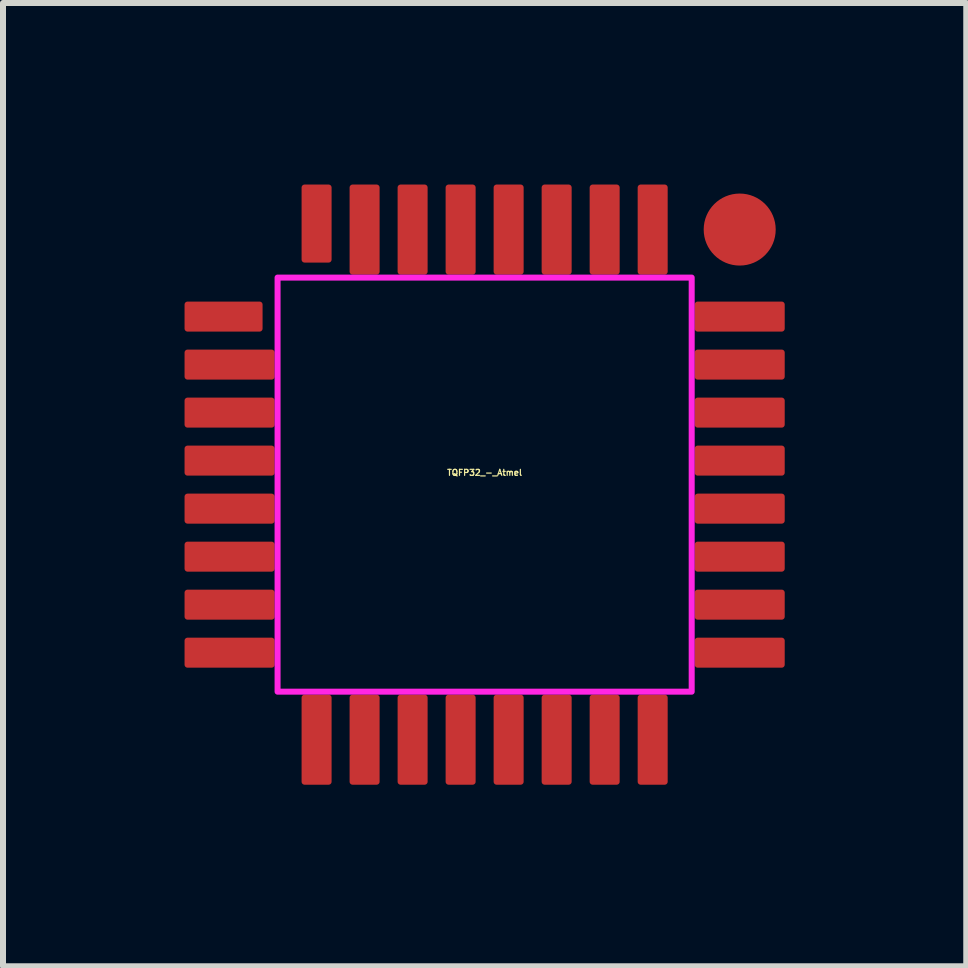
<source format=kicad_pcb>
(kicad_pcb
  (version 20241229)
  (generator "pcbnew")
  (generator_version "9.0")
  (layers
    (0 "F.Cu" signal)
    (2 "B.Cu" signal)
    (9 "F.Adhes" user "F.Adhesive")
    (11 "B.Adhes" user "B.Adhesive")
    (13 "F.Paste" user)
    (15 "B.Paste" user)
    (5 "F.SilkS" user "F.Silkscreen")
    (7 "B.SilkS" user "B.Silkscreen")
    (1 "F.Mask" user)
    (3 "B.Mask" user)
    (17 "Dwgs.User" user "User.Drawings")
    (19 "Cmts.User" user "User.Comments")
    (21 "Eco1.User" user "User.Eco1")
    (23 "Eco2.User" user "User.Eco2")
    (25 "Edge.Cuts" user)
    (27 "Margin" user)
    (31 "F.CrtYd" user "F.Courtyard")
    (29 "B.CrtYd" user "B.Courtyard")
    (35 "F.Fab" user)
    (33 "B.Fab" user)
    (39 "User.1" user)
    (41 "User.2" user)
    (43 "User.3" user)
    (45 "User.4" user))
  (footprint "TQFP32_-_Atmel"
    (layer "F.Cu")
    (at 5.025 5.025)
    (property "Reference" "TQFP32_-_Atmel" (at 0 -0.2 0) (layer "F.SilkS") (effects (font (size 0.1 0.1) (thickness 0.02))))
    (attr through_hole)
    (fp_poly (pts (xy -4.95 -2.6) (xy -4.95 -3) (xy -3.75 -3) (xy -3.75 -2.6)) (stroke (width 0.1) (type solid)) (fill yes) (layer "F.Cu"))
    (fp_poly (pts (xy -4.95 -1.8) (xy -4.95 -2.2) (xy -3.55 -2.2) (xy -3.55 -1.8)) (stroke (width 0.1) (type solid)) (fill yes) (layer "F.Cu"))
    (fp_poly (pts (xy -4.95 -1) (xy -4.95 -1.4) (xy -3.55 -1.4) (xy -3.55 -1)) (stroke (width 0.1) (type solid)) (fill yes) (layer "F.Cu"))
    (fp_poly (pts (xy -4.95 -0.2) (xy -4.95 -0.6) (xy -3.55 -0.6) (xy -3.55 -0.2)) (stroke (width 0.1) (type solid)) (fill yes) (layer "F.Cu"))
    (fp_poly (pts (xy -4.95 0.6) (xy -4.95 0.2) (xy -3.55 0.2) (xy -3.55 0.6)) (stroke (width 0.1) (type solid)) (fill yes) (layer "F.Cu"))
    (fp_poly (pts (xy -4.95 1.4) (xy -4.95 1) (xy -3.55 1) (xy -3.55 1.4)) (stroke (width 0.1) (type solid)) (fill yes) (layer "F.Cu"))
    (fp_poly (pts (xy -4.95 2.2) (xy -4.95 1.8) (xy -3.55 1.8) (xy -3.55 2.2)) (stroke (width 0.1) (type solid)) (fill yes) (layer "F.Cu"))
    (fp_poly (pts (xy -4.95 3) (xy -4.95 2.6) (xy -3.55 2.6) (xy -3.55 3)) (stroke (width 0.1) (type solid)) (fill yes) (layer "F.Cu"))
    (fp_poly (pts (xy -2.6 -3.75) (xy -2.6 -4.95) (xy -3 -4.95) (xy -3 -3.75)) (stroke (width 0.1) (type solid)) (fill yes) (layer "F.Cu"))
    (fp_poly (pts (xy -2.6 4.95) (xy -2.6 3.55) (xy -3 3.55) (xy -3 4.95)) (stroke (width 0.1) (type solid)) (fill yes) (layer "F.Cu"))
    (fp_poly (pts (xy -1.8 -3.55) (xy -1.8 -4.95) (xy -2.2 -4.95) (xy -2.2 -3.55)) (stroke (width 0.1) (type solid)) (fill yes) (layer "F.Cu"))
    (fp_poly (pts (xy -1.8 4.95) (xy -1.8 3.55) (xy -2.2 3.55) (xy -2.2 4.95)) (stroke (width 0.1) (type solid)) (fill yes) (layer "F.Cu"))
    (fp_poly (pts (xy -1 -3.55) (xy -1 -4.95) (xy -1.4 -4.95) (xy -1.4 -3.55)) (stroke (width 0.1) (type solid)) (fill yes) (layer "F.Cu"))
    (fp_poly (pts (xy -1 4.95) (xy -1 3.55) (xy -1.4 3.55) (xy -1.4 4.95)) (stroke (width 0.1) (type solid)) (fill yes) (layer "F.Cu"))
    (fp_poly (pts (xy -0.2 -3.55) (xy -0.2 -4.95) (xy -0.6 -4.95) (xy -0.6 -3.55)) (stroke (width 0.1) (type solid)) (fill yes) (layer "F.Cu"))
    (fp_poly (pts (xy -0.2 4.95) (xy -0.2 3.55) (xy -0.6 3.55) (xy -0.6 4.95)) (stroke (width 0.1) (type solid)) (fill yes) (layer "F.Cu"))
    (fp_poly (pts (xy 0.6 -3.55) (xy 0.6 -4.95) (xy 0.2 -4.95) (xy 0.2 -3.55)) (stroke (width 0.1) (type solid)) (fill yes) (layer "F.Cu"))
    (fp_poly (pts (xy 0.6 4.95) (xy 0.6 3.55) (xy 0.2 3.55) (xy 0.2 4.95)) (stroke (width 0.1) (type solid)) (fill yes) (layer "F.Cu"))
    (fp_poly (pts (xy 1.4 -3.55) (xy 1.4 -4.95) (xy 1 -4.95) (xy 1 -3.55)) (stroke (width 0.1) (type solid)) (fill yes) (layer "F.Cu"))
    (fp_poly (pts (xy 1.4 4.95) (xy 1.4 3.55) (xy 1 3.55) (xy 1 4.95)) (stroke (width 0.1) (type solid)) (fill yes) (layer "F.Cu"))
    (fp_poly (pts (xy 2.2 -3.55) (xy 2.2 -4.95) (xy 1.8 -4.95) (xy 1.8 -3.55)) (stroke (width 0.1) (type solid)) (fill yes) (layer "F.Cu"))
    (fp_poly (pts (xy 2.2 4.95) (xy 2.2 3.55) (xy 1.8 3.55) (xy 1.8 4.95)) (stroke (width 0.1) (type solid)) (fill yes) (layer "F.Cu"))
    (fp_poly (pts (xy 3 -3.55) (xy 3 -4.95) (xy 2.6 -4.95) (xy 2.6 -3.55)) (stroke (width 0.1) (type solid)) (fill yes) (layer "F.Cu"))
    (fp_poly (pts (xy 3 4.95) (xy 3 3.55) (xy 2.6 3.55) (xy 2.6 4.95)) (stroke (width 0.1) (type solid)) (fill yes) (layer "F.Cu"))
    (fp_poly (pts (xy 3.55 -2.6) (xy 3.55 -3) (xy 4.95 -3) (xy 4.95 -2.6)) (stroke (width 0.1) (type solid)) (fill yes) (layer "F.Cu"))
    (fp_poly (pts (xy 3.55 -1.8) (xy 3.55 -2.2) (xy 4.95 -2.2) (xy 4.95 -1.8)) (stroke (width 0.1) (type solid)) (fill yes) (layer "F.Cu"))
    (fp_poly (pts (xy 3.55 -1) (xy 3.55 -1.4) (xy 4.95 -1.4) (xy 4.95 -1)) (stroke (width 0.1) (type solid)) (fill yes) (layer "F.Cu"))
    (fp_poly (pts (xy 3.55 -0.2) (xy 3.55 -0.6) (xy 4.95 -0.6) (xy 4.95 -0.2)) (stroke (width 0.1) (type solid)) (fill yes) (layer "F.Cu"))
    (fp_poly (pts (xy 3.55 0.6) (xy 3.55 0.2) (xy 4.95 0.2) (xy 4.95 0.6)) (stroke (width 0.1) (type solid)) (fill yes) (layer "F.Cu"))
    (fp_poly (pts (xy 3.55 1.4) (xy 3.55 1) (xy 4.95 1) (xy 4.95 1.4)) (stroke (width 0.1) (type solid)) (fill yes) (layer "F.Cu"))
    (fp_poly (pts (xy 3.55 2.2) (xy 3.55 1.8) (xy 4.95 1.8) (xy 4.95 2.2)) (stroke (width 0.1) (type solid)) (fill yes) (layer "F.Cu"))
    (fp_poly (pts (xy 3.55 3) (xy 3.55 2.6) (xy 4.95 2.6) (xy 4.95 3)) (stroke (width 0.1) (type solid)) (fill yes) (layer "F.Cu"))
    (fp_poly (pts (xy -4.95 -2.6) (xy -4.95 -3) (xy -3.75 -3) (xy -3.75 -2.6)) (stroke (width 0.15) (type solid)) (fill yes) (layer "F.Mask"))
    (fp_poly (pts (xy -4.95 -1.8) (xy -4.95 -2.2) (xy -3.55 -2.2) (xy -3.55 -1.8)) (stroke (width 0.15) (type solid)) (fill yes) (layer "F.Mask"))
    (fp_poly (pts (xy -4.95 -1) (xy -4.95 -1.4) (xy -3.55 -1.4) (xy -3.55 -1)) (stroke (width 0.15) (type solid)) (fill yes) (layer "F.Mask"))
    (fp_poly (pts (xy -4.95 -0.2) (xy -4.95 -0.6) (xy -3.55 -0.6) (xy -3.55 -0.2)) (stroke (width 0.15) (type solid)) (fill yes) (layer "F.Mask"))
    (fp_poly (pts (xy -4.95 0.6) (xy -4.95 0.2) (xy -3.55 0.2) (xy -3.55 0.6)) (stroke (width 0.15) (type solid)) (fill yes) (layer "F.Mask"))
    (fp_poly (pts (xy -4.95 1.4) (xy -4.95 1) (xy -3.55 1) (xy -3.55 1.4)) (stroke (width 0.15) (type solid)) (fill yes) (layer "F.Mask"))
    (fp_poly (pts (xy -4.95 2.2) (xy -4.95 1.8) (xy -3.55 1.8) (xy -3.55 2.2)) (stroke (width 0.15) (type solid)) (fill yes) (layer "F.Mask"))
    (fp_poly (pts (xy -4.95 3) (xy -4.95 2.6) (xy -3.55 2.6) (xy -3.55 3)) (stroke (width 0.15) (type solid)) (fill yes) (layer "F.Mask"))
    (fp_poly (pts (xy -2.6 -3.75) (xy -2.6 -4.95) (xy -3 -4.95) (xy -3 -3.75)) (stroke (width 0.15) (type solid)) (fill yes) (layer "F.Mask"))
    (fp_poly (pts (xy -2.6 4.95) (xy -2.6 3.55) (xy -3 3.55) (xy -3 4.95)) (stroke (width 0.15) (type solid)) (fill yes) (layer "F.Mask"))
    (fp_poly (pts (xy -1.8 -3.55) (xy -1.8 -4.95) (xy -2.2 -4.95) (xy -2.2 -3.55)) (stroke (width 0.15) (type solid)) (fill yes) (layer "F.Mask"))
    (fp_poly (pts (xy -1.8 4.95) (xy -1.8 3.55) (xy -2.2 3.55) (xy -2.2 4.95)) (stroke (width 0.15) (type solid)) (fill yes) (layer "F.Mask"))
    (fp_poly (pts (xy -1 -3.55) (xy -1 -4.95) (xy -1.4 -4.95) (xy -1.4 -3.55)) (stroke (width 0.15) (type solid)) (fill yes) (layer "F.Mask"))
    (fp_poly (pts (xy -1 4.95) (xy -1 3.55) (xy -1.4 3.55) (xy -1.4 4.95)) (stroke (width 0.15) (type solid)) (fill yes) (layer "F.Mask"))
    (fp_poly (pts (xy -0.2 -3.55) (xy -0.2 -4.95) (xy -0.6 -4.95) (xy -0.6 -3.55)) (stroke (width 0.15) (type solid)) (fill yes) (layer "F.Mask"))
    (fp_poly (pts (xy -0.2 4.95) (xy -0.2 3.55) (xy -0.6 3.55) (xy -0.6 4.95)) (stroke (width 0.15) (type solid)) (fill yes) (layer "F.Mask"))
    (fp_poly (pts (xy 0.6 -3.55) (xy 0.6 -4.95) (xy 0.2 -4.95) (xy 0.2 -3.55)) (stroke (width 0.15) (type solid)) (fill yes) (layer "F.Mask"))
    (fp_poly (pts (xy 0.6 4.95) (xy 0.6 3.55) (xy 0.2 3.55) (xy 0.2 4.95)) (stroke (width 0.15) (type solid)) (fill yes) (layer "F.Mask"))
    (fp_poly (pts (xy 1.4 -3.55) (xy 1.4 -4.95) (xy 1 -4.95) (xy 1 -3.55)) (stroke (width 0.15) (type solid)) (fill yes) (layer "F.Mask"))
    (fp_poly (pts (xy 1.4 4.95) (xy 1.4 3.55) (xy 1 3.55) (xy 1 4.95)) (stroke (width 0.15) (type solid)) (fill yes) (layer "F.Mask"))
    (fp_poly (pts (xy 2.2 -3.55) (xy 2.2 -4.95) (xy 1.8 -4.95) (xy 1.8 -3.55)) (stroke (width 0.15) (type solid)) (fill yes) (layer "F.Mask"))
    (fp_poly (pts (xy 2.2 4.95) (xy 2.2 3.55) (xy 1.8 3.55) (xy 1.8 4.95)) (stroke (width 0.15) (type solid)) (fill yes) (layer "F.Mask"))
    (fp_poly (pts (xy 3 -3.55) (xy 3 -4.95) (xy 2.6 -4.95) (xy 2.6 -3.55)) (stroke (width 0.15) (type solid)) (fill yes) (layer "F.Mask"))
    (fp_poly (pts (xy 3 4.95) (xy 3 3.55) (xy 2.6 3.55) (xy 2.6 4.95)) (stroke (width 0.15) (type solid)) (fill yes) (layer "F.Mask"))
    (fp_poly (pts (xy 3.55 -2.6) (xy 3.55 -3) (xy 4.95 -3) (xy 4.95 -2.6)) (stroke (width 0.15) (type solid)) (fill yes) (layer "F.Mask"))
    (fp_poly (pts (xy 3.55 -1.8) (xy 3.55 -2.2) (xy 4.95 -2.2) (xy 4.95 -1.8)) (stroke (width 0.15) (type solid)) (fill yes) (layer "F.Mask"))
    (fp_poly (pts (xy 3.55 -1) (xy 3.55 -1.4) (xy 4.95 -1.4) (xy 4.95 -1)) (stroke (width 0.15) (type solid)) (fill yes) (layer "F.Mask"))
    (fp_poly (pts (xy 3.55 -0.2) (xy 3.55 -0.6) (xy 4.95 -0.6) (xy 4.95 -0.2)) (stroke (width 0.15) (type solid)) (fill yes) (layer "F.Mask"))
    (fp_poly (pts (xy 3.55 0.6) (xy 3.55 0.2) (xy 4.95 0.2) (xy 4.95 0.6)) (stroke (width 0.15) (type solid)) (fill yes) (layer "F.Mask"))
    (fp_poly (pts (xy 3.55 1.4) (xy 3.55 1) (xy 4.95 1) (xy 4.95 1.4)) (stroke (width 0.15) (type solid)) (fill yes) (layer "F.Mask"))
    (fp_poly (pts (xy 3.55 2.2) (xy 3.55 1.8) (xy 4.95 1.8) (xy 4.95 2.2)) (stroke (width 0.15) (type solid)) (fill yes) (layer "F.Mask"))
    (fp_poly (pts (xy 3.55 3) (xy 3.55 2.6) (xy 4.95 2.6) (xy 4.95 3)) (stroke (width 0.15) (type solid)) (fill yes) (layer "F.Mask"))
    (fp_poly (pts (xy -4.95 -2.6) (xy -4.95 -3) (xy -3.75 -3) (xy -3.75 -2.6)) (stroke (width 0.1) (type solid)) (fill yes) (layer "F.Paste"))
    (fp_poly (pts (xy -4.95 -1.8) (xy -4.95 -2.2) (xy -3.55 -2.2) (xy -3.55 -1.8)) (stroke (width 0.1) (type solid)) (fill yes) (layer "F.Paste"))
    (fp_poly (pts (xy -4.95 -1) (xy -4.95 -1.4) (xy -3.55 -1.4) (xy -3.55 -1)) (stroke (width 0.1) (type solid)) (fill yes) (layer "F.Paste"))
    (fp_poly (pts (xy -4.95 -0.2) (xy -4.95 -0.6) (xy -3.55 -0.6) (xy -3.55 -0.2)) (stroke (width 0.1) (type solid)) (fill yes) (layer "F.Paste"))
    (fp_poly (pts (xy -4.95 0.6) (xy -4.95 0.2) (xy -3.55 0.2) (xy -3.55 0.6)) (stroke (width 0.1) (type solid)) (fill yes) (layer "F.Paste"))
    (fp_poly (pts (xy -4.95 1.4) (xy -4.95 1) (xy -3.55 1) (xy -3.55 1.4)) (stroke (width 0.1) (type solid)) (fill yes) (layer "F.Paste"))
    (fp_poly (pts (xy -4.95 2.2) (xy -4.95 1.8) (xy -3.55 1.8) (xy -3.55 2.2)) (stroke (width 0.1) (type solid)) (fill yes) (layer "F.Paste"))
    (fp_poly (pts (xy -4.95 3) (xy -4.95 2.6) (xy -3.55 2.6) (xy -3.55 3)) (stroke (width 0.1) (type solid)) (fill yes) (layer "F.Paste"))
    (fp_poly (pts (xy -2.6 -3.75) (xy -2.6 -4.95) (xy -3 -4.95) (xy -3 -3.75)) (stroke (width 0.1) (type solid)) (fill yes) (layer "F.Paste"))
    (fp_poly (pts (xy -2.6 4.95) (xy -2.6 3.55) (xy -3 3.55) (xy -3 4.95)) (stroke (width 0.1) (type solid)) (fill yes) (layer "F.Paste"))
    (fp_poly (pts (xy -1.8 -3.55) (xy -1.8 -4.95) (xy -2.2 -4.95) (xy -2.2 -3.55)) (stroke (width 0.1) (type solid)) (fill yes) (layer "F.Paste"))
    (fp_poly (pts (xy -1.8 4.95) (xy -1.8 3.55) (xy -2.2 3.55) (xy -2.2 4.95)) (stroke (width 0.1) (type solid)) (fill yes) (layer "F.Paste"))
    (fp_poly (pts (xy -1 -3.55) (xy -1 -4.95) (xy -1.4 -4.95) (xy -1.4 -3.55)) (stroke (width 0.1) (type solid)) (fill yes) (layer "F.Paste"))
    (fp_poly (pts (xy -1 4.95) (xy -1 3.55) (xy -1.4 3.55) (xy -1.4 4.95)) (stroke (width 0.1) (type solid)) (fill yes) (layer "F.Paste"))
    (fp_poly (pts (xy -0.2 -3.55) (xy -0.2 -4.95) (xy -0.6 -4.95) (xy -0.6 -3.55)) (stroke (width 0.1) (type solid)) (fill yes) (layer "F.Paste"))
    (fp_poly (pts (xy -0.2 4.95) (xy -0.2 3.55) (xy -0.6 3.55) (xy -0.6 4.95)) (stroke (width 0.1) (type solid)) (fill yes) (layer "F.Paste"))
    (fp_poly (pts (xy 0.6 -3.55) (xy 0.6 -4.95) (xy 0.2 -4.95) (xy 0.2 -3.55)) (stroke (width 0.1) (type solid)) (fill yes) (layer "F.Paste"))
    (fp_poly (pts (xy 0.6 4.95) (xy 0.6 3.55) (xy 0.2 3.55) (xy 0.2 4.95)) (stroke (width 0.1) (type solid)) (fill yes) (layer "F.Paste"))
    (fp_poly (pts (xy 1.4 -3.55) (xy 1.4 -4.95) (xy 1 -4.95) (xy 1 -3.55)) (stroke (width 0.1) (type solid)) (fill yes) (layer "F.Paste"))
    (fp_poly (pts (xy 1.4 4.95) (xy 1.4 3.55) (xy 1 3.55) (xy 1 4.95)) (stroke (width 0.1) (type solid)) (fill yes) (layer "F.Paste"))
    (fp_poly (pts (xy 2.2 -3.55) (xy 2.2 -4.95) (xy 1.8 -4.95) (xy 1.8 -3.55)) (stroke (width 0.1) (type solid)) (fill yes) (layer "F.Paste"))
    (fp_poly (pts (xy 2.2 4.95) (xy 2.2 3.55) (xy 1.8 3.55) (xy 1.8 4.95)) (stroke (width 0.1) (type solid)) (fill yes) (layer "F.Paste"))
    (fp_poly (pts (xy 3 -3.55) (xy 3 -4.95) (xy 2.6 -4.95) (xy 2.6 -3.55)) (stroke (width 0.1) (type solid)) (fill yes) (layer "F.Paste"))
    (fp_poly (pts (xy 3 4.95) (xy 3 3.55) (xy 2.6 3.55) (xy 2.6 4.95)) (stroke (width 0.1) (type solid)) (fill yes) (layer "F.Paste"))
    (fp_poly (pts (xy 3.55 -2.6) (xy 3.55 -3) (xy 4.95 -3) (xy 4.95 -2.6)) (stroke (width 0.1) (type solid)) (fill yes) (layer "F.Paste"))
    (fp_poly (pts (xy 3.55 -1.8) (xy 3.55 -2.2) (xy 4.95 -2.2) (xy 4.95 -1.8)) (stroke (width 0.1) (type solid)) (fill yes) (layer "F.Paste"))
    (fp_poly (pts (xy 3.55 -1) (xy 3.55 -1.4) (xy 4.95 -1.4) (xy 4.95 -1)) (stroke (width 0.1) (type solid)) (fill yes) (layer "F.Paste"))
    (fp_poly (pts (xy 3.55 -0.2) (xy 3.55 -0.6) (xy 4.95 -0.6) (xy 4.95 -0.2)) (stroke (width 0.1) (type solid)) (fill yes) (layer "F.Paste"))
    (fp_poly (pts (xy 3.55 0.6) (xy 3.55 0.2) (xy 4.95 0.2) (xy 4.95 0.6)) (stroke (width 0.1) (type solid)) (fill yes) (layer "F.Paste"))
    (fp_poly (pts (xy 3.55 1.4) (xy 3.55 1) (xy 4.95 1) (xy 4.95 1.4)) (stroke (width 0.1) (type solid)) (fill yes) (layer "F.Paste"))
    (fp_poly (pts (xy 3.55 2.2) (xy 3.55 1.8) (xy 4.95 1.8) (xy 4.95 2.2)) (stroke (width 0.1) (type solid)) (fill yes) (layer "F.Paste"))
    (fp_poly (pts (xy 3.55 3) (xy 3.55 2.6) (xy 4.95 2.6) (xy 4.95 3)) (stroke (width 0.1) (type solid)) (fill yes) (layer "F.Paste"))
    (fp_poly (pts (xy -3.45 3.45) (xy -3.45 -3.45) (xy 3.45 -3.45) (xy 3.45 3.45)) (stroke (width 0.1) (type solid)) (fill no) (layer "F.CrtYd"))
    (pad "1" smd rect (at -4.35 -2.8 90) (size 0.4 1.2) (layers "F.Cu"))
    (pad "2" smd rect (at -4.25 -2 90) (size 0.4 1.4) (layers "F.Cu"))
    (pad "3" smd rect (at -4.25 -1.2 90) (size 0.4 1.4) (layers "F.Cu"))
    (pad "4" smd rect (at -4.25 -0.4 90) (size 0.4 1.4) (layers "F.Cu"))
    (pad "5" smd rect (at -4.25 0.4 90) (size 0.4 1.4) (layers "F.Cu"))
    (pad "6" smd rect (at -4.25 1.2 90) (size 0.4 1.4) (layers "F.Cu"))
    (pad "7" smd rect (at -4.25 2 90) (size 0.4 1.4) (layers "F.Cu"))
    (pad "8" smd rect (at -4.25 2.8 90) (size 0.4 1.4) (layers "F.Cu"))
    (pad "9" smd rect (at -2.8 4.25) (size 0.4 1.4) (layers "F.Cu"))
    (pad "10" smd rect (at -2 4.25) (size 0.4 1.4) (layers "F.Cu"))
    (pad "11" smd rect (at -1.2 4.25) (size 0.4 1.4) (layers "F.Cu"))
    (pad "12" smd rect (at -0.4 4.25) (size 0.4 1.4) (layers "F.Cu"))
    (pad "13" smd rect (at 0.4 4.25) (size 0.4 1.4) (layers "F.Cu"))
    (pad "14" smd rect (at 1.2 4.25) (size 0.4 1.4) (layers "F.Cu"))
    (pad "15" smd rect (at 2 4.25) (size 0.4 1.4) (layers "F.Cu"))
    (pad "16" smd rect (at 2.8 4.25) (size 0.4 1.4) (layers "F.Cu"))
    (pad "17" smd rect (at 4.25 2.8 90) (size 0.4 1.4) (layers "F.Cu"))
    (pad "18" smd rect (at 4.25 2 90) (size 0.4 1.4) (layers "F.Cu"))
    (pad "19" smd rect (at 4.25 1.2 90) (size 0.4 1.4) (layers "F.Cu"))
    (pad "20" smd rect (at 4.25 0.4 90) (size 0.4 1.4) (layers "F.Cu"))
    (pad "21" smd rect (at 4.25 -0.4 90) (size 0.4 1.4) (layers "F.Cu"))
    (pad "22" smd rect (at 4.25 -1.2 90) (size 0.4 1.4) (layers "F.Cu"))
    (pad "23" smd rect (at 4.25 -2 90) (size 0.4 1.4) (layers "F.Cu"))
    (pad "24" smd circle (at 4.25 -4.25 90) (size 1.2 1.2) (layers "F.Cu" "F.Mask"))
    (pad "24" smd rect (at 4.25 -2.8 90) (size 0.4 1.4) (layers "F.Cu"))
    (pad "25" smd rect (at 2.8 -4.25) (size 0.4 1.4) (layers "F.Cu"))
    (pad "26" smd rect (at 2 -4.25) (size 0.4 1.4) (layers "F.Cu"))
    (pad "27" smd rect (at 1.2 -4.25) (size 0.4 1.4) (layers "F.Cu"))
    (pad "28" smd rect (at 0.4 -4.25) (size 0.4 1.4) (layers "F.Cu"))
    (pad "29" smd rect (at -0.4 -4.25) (size 0.4 1.4) (layers "F.Cu"))
    (pad "30" smd rect (at -1.2 -4.25) (size 0.4 1.4) (layers "F.Cu"))
    (pad "31" smd rect (at -2 -4.25) (size 0.4 1.4) (layers "F.Cu"))
    (pad "32" smd rect (at -2.8 -4.35) (size 0.4 1.2) (layers "F.Cu")))
  (gr_rect
    (start -3 -3)
    (end 13.05 13.05)
    (stroke (width 0.1) (type default))
    (fill no)
    (layer "Edge.Cuts")))
</source>
